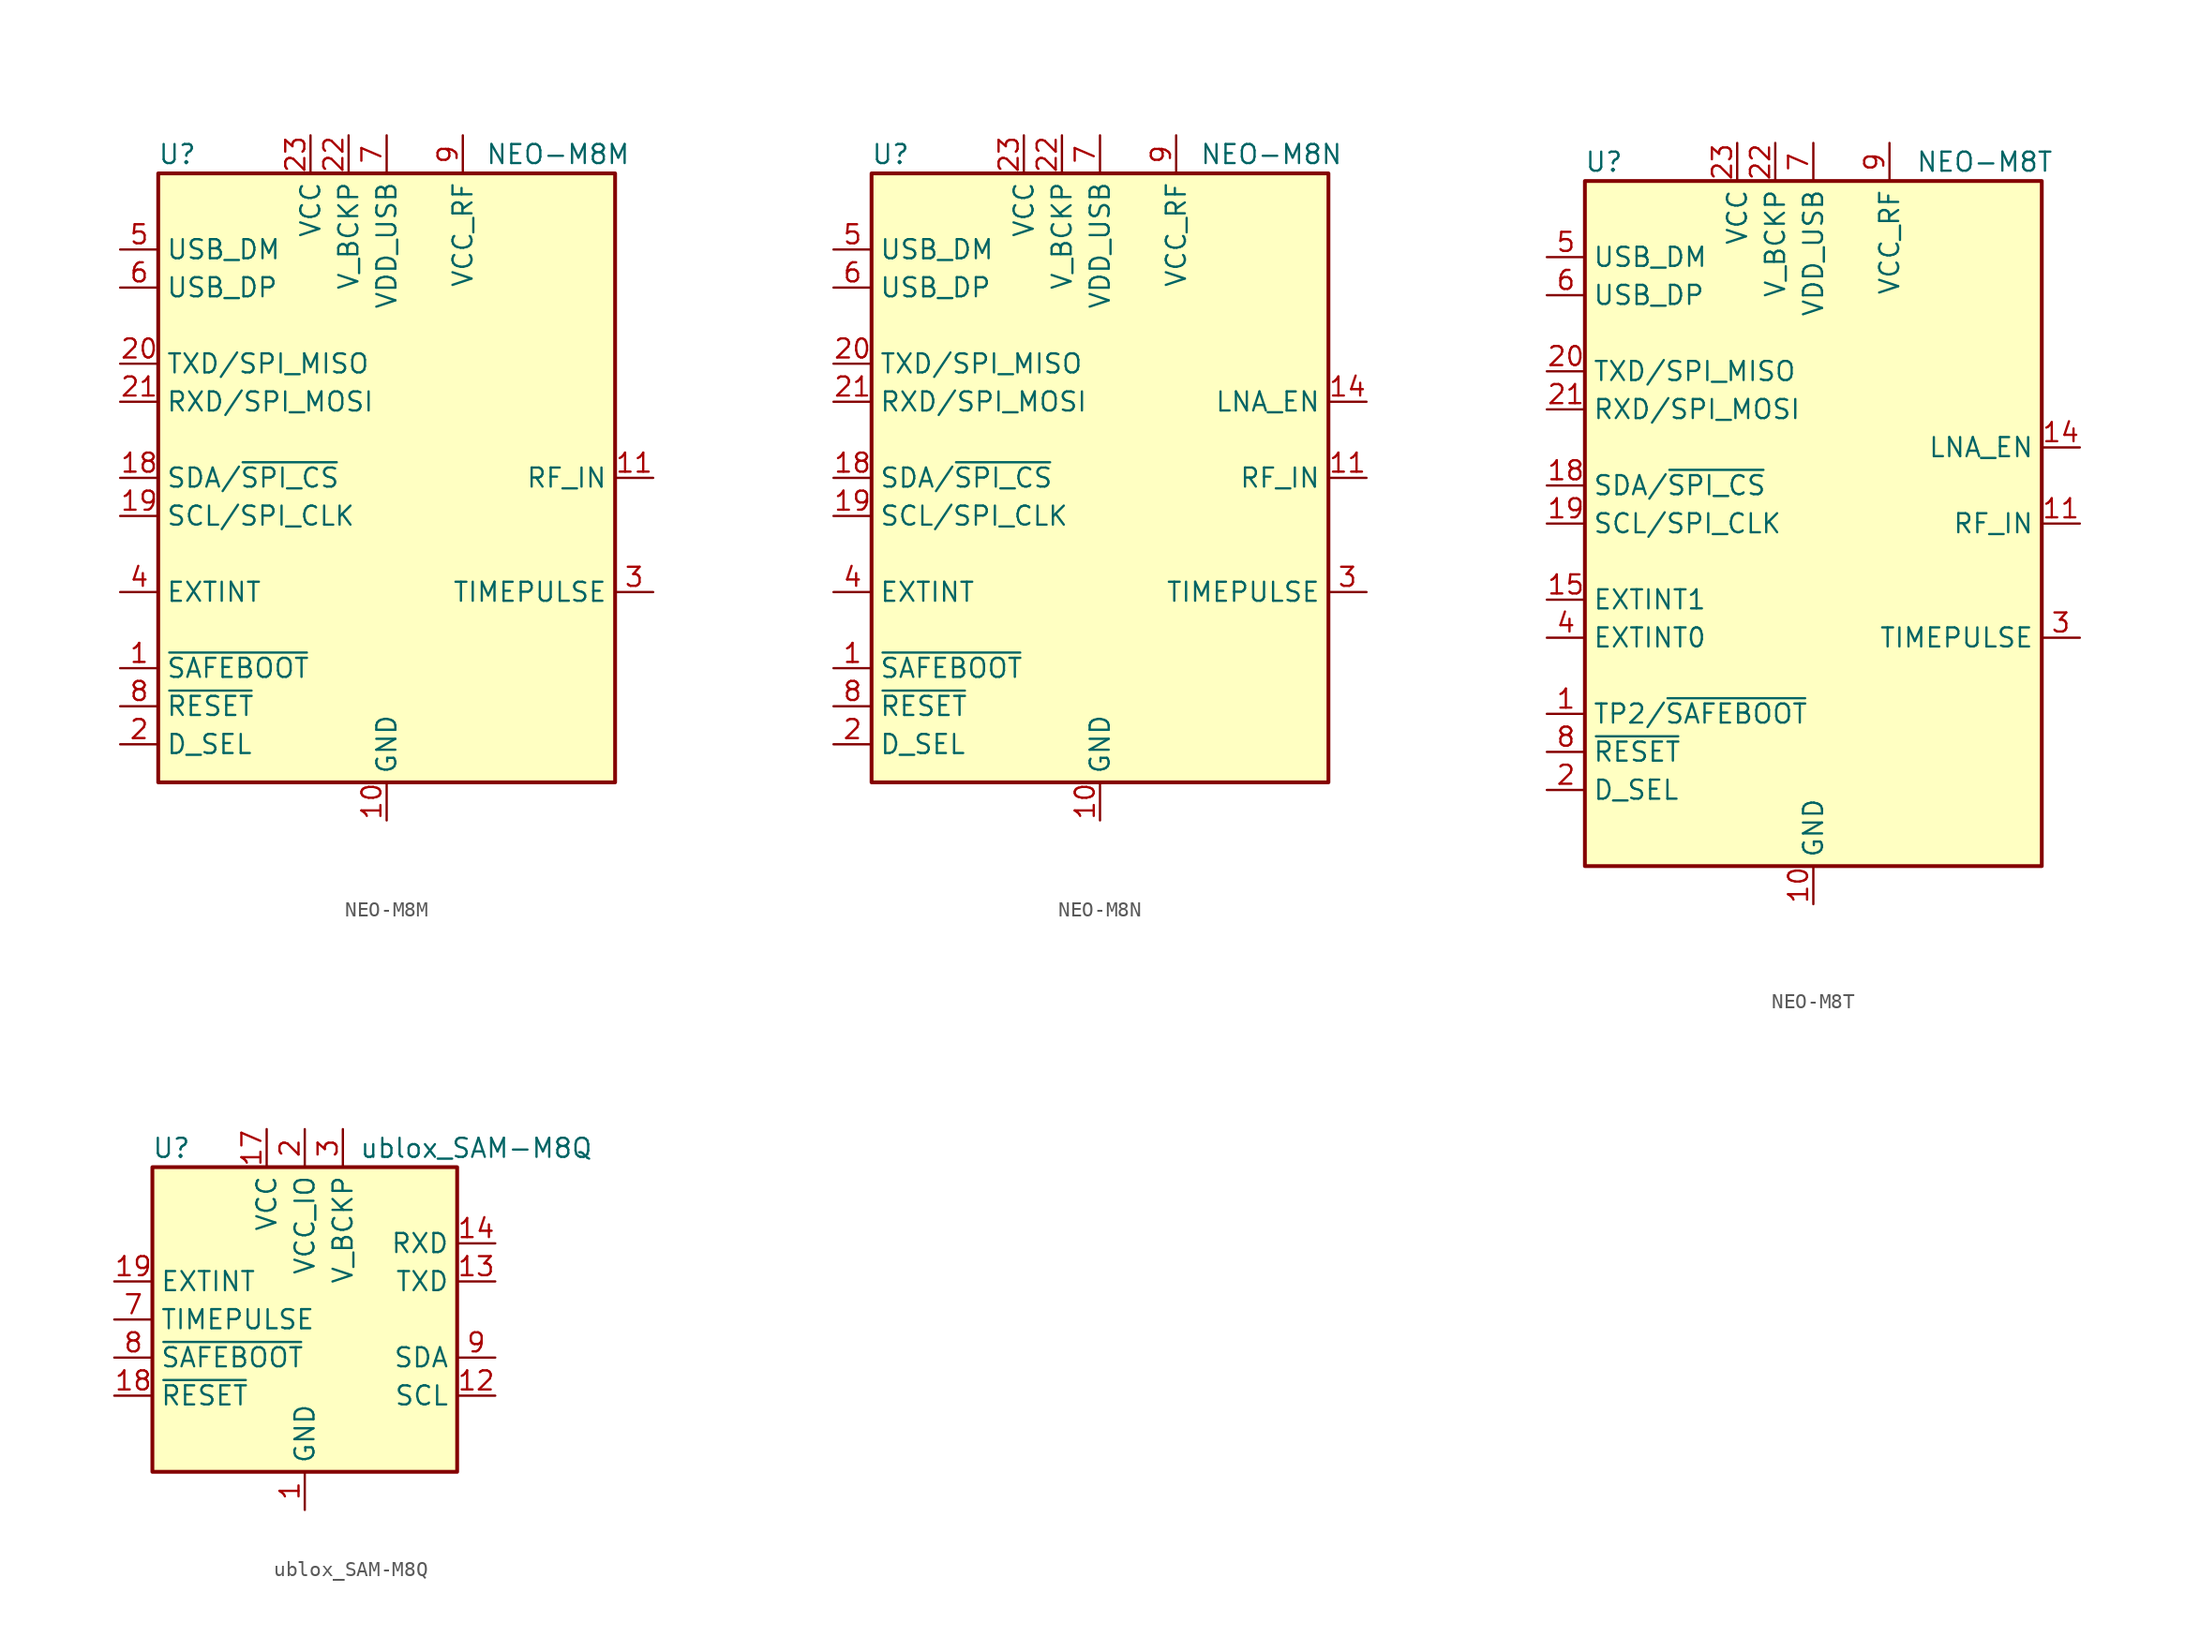
<source format=kicad_sym>
(kicad_symbol_lib
  (version 20201005)
  (generator kicad_symbol_editor)
  (symbol "NEO-M8M"
    (property "Reference" "U"
      (at -13.97 21.59 0)
      (effects (font (size 1.27 1.27))))
    (property "Value" "NEO-M8M"
      (at 11.43 21.59 0)
      (effects (font (size 1.27 1.27))))
    (symbol "NEO-M8M_0_1"
      (rectangle (start -15.24 20.32) (end 15.24 -20.32) (stroke (width 0.254)) (fill (type background))))
    (symbol "NEO-M8M_1_1"
      (pin input line (at -17.78 -12.7 0) (length 2.54) (name "~SAFEBOOT" (effects (font (size 1.27 1.27)))) (number "1" (effects (font (size 1.27 1.27)))))
      (pin power_in line (at 0 -22.86 90) (length 2.54) (name "GND" (effects (font (size 1.27 1.27)))) (number "10" (effects (font (size 1.27 1.27)))))
      (pin input line (at 17.78 0 180) (length 2.54) (name "RF_IN" (effects (font (size 1.27 1.27)))) (number "11" (effects (font (size 1.27 1.27)))))
      (pin passive line (at 0 -22.86 90) (length 2.54) hide (name "GND" (effects (font (size 1.27 1.27)))) (number "12" (effects (font (size 1.27 1.27)))))
      (pin passive line (at 0 -22.86 90) (length 2.54) hide (name "GND" (effects (font (size 1.27 1.27)))) (number "13" (effects (font (size 1.27 1.27)))))
      (pin no_connect line (at 15.24 -10.16 180) (length 2.54) hide (name "RESERVED" (effects (font (size 1.27 1.27)))) (number "14" (effects (font (size 1.27 1.27)))))
      (pin no_connect line (at 15.24 -12.7 180) (length 2.54) hide (name "RESERVED" (effects (font (size 1.27 1.27)))) (number "15" (effects (font (size 1.27 1.27)))))
      (pin no_connect line (at 15.24 -15.24 180) (length 2.54) hide (name "RESERVED" (effects (font (size 1.27 1.27)))) (number "16" (effects (font (size 1.27 1.27)))))
      (pin no_connect line (at 15.24 -17.78 180) (length 2.54) hide (name "RESERVED" (effects (font (size 1.27 1.27)))) (number "17" (effects (font (size 1.27 1.27)))))
      (pin bidirectional line (at -17.78 0 0) (length 2.54) (name "SDA/~SPI_CS" (effects (font (size 1.27 1.27)))) (number "18" (effects (font (size 1.27 1.27)))))
      (pin input line (at -17.78 -2.54 0) (length 2.54) (name "SCL/SPI_CLK" (effects (font (size 1.27 1.27)))) (number "19" (effects (font (size 1.27 1.27)))))
      (pin input line (at -17.78 -17.78 0) (length 2.54) (name "D_SEL" (effects (font (size 1.27 1.27)))) (number "2" (effects (font (size 1.27 1.27)))))
      (pin output line (at -17.78 7.62 0) (length 2.54) (name "TXD/SPI_MISO" (effects (font (size 1.27 1.27)))) (number "20" (effects (font (size 1.27 1.27)))))
      (pin input line (at -17.78 5.08 0) (length 2.54) (name "RXD/SPI_MOSI" (effects (font (size 1.27 1.27)))) (number "21" (effects (font (size 1.27 1.27)))))
      (pin power_in line (at -2.54 22.86 270) (length 2.54) (name "V_BCKP" (effects (font (size 1.27 1.27)))) (number "22" (effects (font (size 1.27 1.27)))))
      (pin power_in line (at -5.08 22.86 270) (length 2.54) (name "VCC" (effects (font (size 1.27 1.27)))) (number "23" (effects (font (size 1.27 1.27)))))
      (pin passive line (at 0 -22.86 90) (length 2.54) hide (name "GND" (effects (font (size 1.27 1.27)))) (number "24" (effects (font (size 1.27 1.27)))))
      (pin output line (at 17.78 -7.62 180) (length 2.54) (name "TIMEPULSE" (effects (font (size 1.27 1.27)))) (number "3" (effects (font (size 1.27 1.27)))))
      (pin input line (at -17.78 -7.62 0) (length 2.54) (name "EXTINT" (effects (font (size 1.27 1.27)))) (number "4" (effects (font (size 1.27 1.27)))))
      (pin bidirectional line (at -17.78 15.24 0) (length 2.54) (name "USB_DM" (effects (font (size 1.27 1.27)))) (number "5" (effects (font (size 1.27 1.27)))))
      (pin bidirectional line (at -17.78 12.7 0) (length 2.54) (name "USB_DP" (effects (font (size 1.27 1.27)))) (number "6" (effects (font (size 1.27 1.27)))))
      (pin power_in line (at 0 22.86 270) (length 2.54) (name "VDD_USB" (effects (font (size 1.27 1.27)))) (number "7" (effects (font (size 1.27 1.27)))))
      (pin input line (at -17.78 -15.24 0) (length 2.54) (name "~RESET" (effects (font (size 1.27 1.27)))) (number "8" (effects (font (size 1.27 1.27)))))
      (pin power_out line (at 5.08 22.86 270) (length 2.54) (name "VCC_RF" (effects (font (size 1.27 1.27)))) (number "9" (effects (font (size 1.27 1.27)))))))
  (symbol "NEO-M8N"
    (property "Reference" "U"
      (at -13.97 21.59 0)
      (effects (font (size 1.27 1.27))))
    (property "Value" "NEO-M8N"
      (at 11.43 21.59 0)
      (effects (font (size 1.27 1.27))))
    (symbol "NEO-M8N_0_1"
      (rectangle (start -15.24 20.32) (end 15.24 -20.32) (stroke (width 0.254)) (fill (type background))))
    (symbol "NEO-M8N_1_1"
      (pin input line (at -17.78 -12.7 0) (length 2.54) (name "~SAFEBOOT" (effects (font (size 1.27 1.27)))) (number "1" (effects (font (size 1.27 1.27)))))
      (pin power_in line (at 0 -22.86 90) (length 2.54) (name "GND" (effects (font (size 1.27 1.27)))) (number "10" (effects (font (size 1.27 1.27)))))
      (pin input line (at 17.78 0 180) (length 2.54) (name "RF_IN" (effects (font (size 1.27 1.27)))) (number "11" (effects (font (size 1.27 1.27)))))
      (pin passive line (at 0 -22.86 90) (length 2.54) hide (name "GND" (effects (font (size 1.27 1.27)))) (number "12" (effects (font (size 1.27 1.27)))))
      (pin passive line (at 0 -22.86 90) (length 2.54) hide (name "GND" (effects (font (size 1.27 1.27)))) (number "13" (effects (font (size 1.27 1.27)))))
      (pin output line (at 17.78 5.08 180) (length 2.54) (name "LNA_EN" (effects (font (size 1.27 1.27)))) (number "14" (effects (font (size 1.27 1.27)))))
      (pin no_connect line (at 15.24 -10.16 180) (length 2.54) hide (name "RESERVED" (effects (font (size 1.27 1.27)))) (number "15" (effects (font (size 1.27 1.27)))))
      (pin no_connect line (at 15.24 -12.7 180) (length 2.54) hide (name "RESERVED" (effects (font (size 1.27 1.27)))) (number "16" (effects (font (size 1.27 1.27)))))
      (pin no_connect line (at 15.24 -15.24 180) (length 2.54) hide (name "RESERVED" (effects (font (size 1.27 1.27)))) (number "17" (effects (font (size 1.27 1.27)))))
      (pin bidirectional line (at -17.78 0 0) (length 2.54) (name "SDA/~SPI_CS" (effects (font (size 1.27 1.27)))) (number "18" (effects (font (size 1.27 1.27)))))
      (pin input line (at -17.78 -2.54 0) (length 2.54) (name "SCL/SPI_CLK" (effects (font (size 1.27 1.27)))) (number "19" (effects (font (size 1.27 1.27)))))
      (pin input line (at -17.78 -17.78 0) (length 2.54) (name "D_SEL" (effects (font (size 1.27 1.27)))) (number "2" (effects (font (size 1.27 1.27)))))
      (pin output line (at -17.78 7.62 0) (length 2.54) (name "TXD/SPI_MISO" (effects (font (size 1.27 1.27)))) (number "20" (effects (font (size 1.27 1.27)))))
      (pin input line (at -17.78 5.08 0) (length 2.54) (name "RXD/SPI_MOSI" (effects (font (size 1.27 1.27)))) (number "21" (effects (font (size 1.27 1.27)))))
      (pin power_in line (at -2.54 22.86 270) (length 2.54) (name "V_BCKP" (effects (font (size 1.27 1.27)))) (number "22" (effects (font (size 1.27 1.27)))))
      (pin power_in line (at -5.08 22.86 270) (length 2.54) (name "VCC" (effects (font (size 1.27 1.27)))) (number "23" (effects (font (size 1.27 1.27)))))
      (pin passive line (at 0 -22.86 90) (length 2.54) hide (name "GND" (effects (font (size 1.27 1.27)))) (number "24" (effects (font (size 1.27 1.27)))))
      (pin output line (at 17.78 -7.62 180) (length 2.54) (name "TIMEPULSE" (effects (font (size 1.27 1.27)))) (number "3" (effects (font (size 1.27 1.27)))))
      (pin input line (at -17.78 -7.62 0) (length 2.54) (name "EXTINT" (effects (font (size 1.27 1.27)))) (number "4" (effects (font (size 1.27 1.27)))))
      (pin bidirectional line (at -17.78 15.24 0) (length 2.54) (name "USB_DM" (effects (font (size 1.27 1.27)))) (number "5" (effects (font (size 1.27 1.27)))))
      (pin bidirectional line (at -17.78 12.7 0) (length 2.54) (name "USB_DP" (effects (font (size 1.27 1.27)))) (number "6" (effects (font (size 1.27 1.27)))))
      (pin power_in line (at 0 22.86 270) (length 2.54) (name "VDD_USB" (effects (font (size 1.27 1.27)))) (number "7" (effects (font (size 1.27 1.27)))))
      (pin input line (at -17.78 -15.24 0) (length 2.54) (name "~RESET" (effects (font (size 1.27 1.27)))) (number "8" (effects (font (size 1.27 1.27)))))
      (pin power_out line (at 5.08 22.86 270) (length 2.54) (name "VCC_RF" (effects (font (size 1.27 1.27)))) (number "9" (effects (font (size 1.27 1.27)))))))
  (symbol "NEO-M8T"
    (property "Reference" "U"
      (at -13.97 24.13 0)
      (effects (font (size 1.27 1.27))))
    (property "Value" "NEO-M8T"
      (at 11.43 24.13 0)
      (effects (font (size 1.27 1.27))))
    (symbol "NEO-M8T_0_1"
      (rectangle (start -15.24 22.86) (end 15.24 -22.86) (stroke (width 0.254)) (fill (type background))))
    (symbol "NEO-M8T_1_1"
      (pin bidirectional line (at -17.78 -12.7 0) (length 2.54) (name "TP2/~SAFEBOOT" (effects (font (size 1.27 1.27)))) (number "1" (effects (font (size 1.27 1.27)))))
      (pin power_in line (at 0 -25.4 90) (length 2.54) (name "GND" (effects (font (size 1.27 1.27)))) (number "10" (effects (font (size 1.27 1.27)))))
      (pin input line (at 17.78 0 180) (length 2.54) (name "RF_IN" (effects (font (size 1.27 1.27)))) (number "11" (effects (font (size 1.27 1.27)))))
      (pin passive line (at 0 -25.4 90) (length 2.54) hide (name "GND" (effects (font (size 1.27 1.27)))) (number "12" (effects (font (size 1.27 1.27)))))
      (pin passive line (at 0 -25.4 90) (length 2.54) hide (name "GND" (effects (font (size 1.27 1.27)))) (number "13" (effects (font (size 1.27 1.27)))))
      (pin output line (at 17.78 5.08 180) (length 2.54) (name "LNA_EN" (effects (font (size 1.27 1.27)))) (number "14" (effects (font (size 1.27 1.27)))))
      (pin input line (at -17.78 -5.08 0) (length 2.54) (name "EXTINT1" (effects (font (size 1.27 1.27)))) (number "15" (effects (font (size 1.27 1.27)))))
      (pin no_connect line (at 15.24 -10.16 180) (length 2.54) hide (name "RESERVED" (effects (font (size 1.27 1.27)))) (number "16" (effects (font (size 1.27 1.27)))))
      (pin no_connect line (at 15.24 -12.7 180) (length 2.54) hide (name "RESERVED" (effects (font (size 1.27 1.27)))) (number "17" (effects (font (size 1.27 1.27)))))
      (pin bidirectional line (at -17.78 2.54 0) (length 2.54) (name "SDA/~SPI_CS" (effects (font (size 1.27 1.27)))) (number "18" (effects (font (size 1.27 1.27)))))
      (pin input line (at -17.78 0 0) (length 2.54) (name "SCL/SPI_CLK" (effects (font (size 1.27 1.27)))) (number "19" (effects (font (size 1.27 1.27)))))
      (pin input line (at -17.78 -17.78 0) (length 2.54) (name "D_SEL" (effects (font (size 1.27 1.27)))) (number "2" (effects (font (size 1.27 1.27)))))
      (pin output line (at -17.78 10.16 0) (length 2.54) (name "TXD/SPI_MISO" (effects (font (size 1.27 1.27)))) (number "20" (effects (font (size 1.27 1.27)))))
      (pin input line (at -17.78 7.62 0) (length 2.54) (name "RXD/SPI_MOSI" (effects (font (size 1.27 1.27)))) (number "21" (effects (font (size 1.27 1.27)))))
      (pin power_in line (at -2.54 25.4 270) (length 2.54) (name "V_BCKP" (effects (font (size 1.27 1.27)))) (number "22" (effects (font (size 1.27 1.27)))))
      (pin power_in line (at -5.08 25.4 270) (length 2.54) (name "VCC" (effects (font (size 1.27 1.27)))) (number "23" (effects (font (size 1.27 1.27)))))
      (pin passive line (at 0 -25.4 90) (length 2.54) hide (name "GND" (effects (font (size 1.27 1.27)))) (number "24" (effects (font (size 1.27 1.27)))))
      (pin output line (at 17.78 -7.62 180) (length 2.54) (name "TIMEPULSE" (effects (font (size 1.27 1.27)))) (number "3" (effects (font (size 1.27 1.27)))))
      (pin input line (at -17.78 -7.62 0) (length 2.54) (name "EXTINT0" (effects (font (size 1.27 1.27)))) (number "4" (effects (font (size 1.27 1.27)))))
      (pin bidirectional line (at -17.78 17.78 0) (length 2.54) (name "USB_DM" (effects (font (size 1.27 1.27)))) (number "5" (effects (font (size 1.27 1.27)))))
      (pin bidirectional line (at -17.78 15.24 0) (length 2.54) (name "USB_DP" (effects (font (size 1.27 1.27)))) (number "6" (effects (font (size 1.27 1.27)))))
      (pin power_in line (at 0 25.4 270) (length 2.54) (name "VDD_USB" (effects (font (size 1.27 1.27)))) (number "7" (effects (font (size 1.27 1.27)))))
      (pin input line (at -17.78 -15.24 0) (length 2.54) (name "~RESET" (effects (font (size 1.27 1.27)))) (number "8" (effects (font (size 1.27 1.27)))))
      (pin power_out line (at 5.08 25.4 270) (length 2.54) (name "VCC_RF" (effects (font (size 1.27 1.27)))) (number "9" (effects (font (size 1.27 1.27)))))))
  (symbol "ublox_SAM-M8Q"
    (property "Reference" "U"
      (at -8.89 11.43 0)
      (effects (font (size 1.27 1.27))))
    (property "Value" "ublox_SAM-M8Q"
      (at 11.43 11.43 0)
      (effects (font (size 1.27 1.27))))
    (symbol "ublox_SAM-M8Q_0_1"
      (rectangle (start -10.16 10.16) (end 10.16 -10.16) (stroke (width 0.254)) (fill (type background))))
    (symbol "ublox_SAM-M8Q_1_1"
      (pin power_in line (at 0 -12.7 90) (length 2.54) (name "GND" (effects (font (size 1.27 1.27)))) (number "1" (effects (font (size 1.27 1.27)))))
      (pin passive line (at 0 -12.7 90) (length 2.54) hide (name "GND" (effects (font (size 1.27 1.27)))) (number "10" (effects (font (size 1.27 1.27)))))
      (pin passive line (at 0 -12.7 90) (length 2.54) hide (name "GND" (effects (font (size 1.27 1.27)))) (number "11" (effects (font (size 1.27 1.27)))))
      (pin input line (at 12.7 -5.08 180) (length 2.54) (name "SCL" (effects (font (size 1.27 1.27)))) (number "12" (effects (font (size 1.27 1.27)))))
      (pin output line (at 12.7 2.54 180) (length 2.54) (name "TXD" (effects (font (size 1.27 1.27)))) (number "13" (effects (font (size 1.27 1.27)))))
      (pin input line (at 12.7 5.08 180) (length 2.54) (name "RXD" (effects (font (size 1.27 1.27)))) (number "14" (effects (font (size 1.27 1.27)))))
      (pin passive line (at 0 -12.7 90) (length 2.54) hide (name "GND" (effects (font (size 1.27 1.27)))) (number "15" (effects (font (size 1.27 1.27)))))
      (pin passive line (at 0 -12.7 90) (length 2.54) hide (name "GND" (effects (font (size 1.27 1.27)))) (number "16" (effects (font (size 1.27 1.27)))))
      (pin power_in line (at -2.54 12.7 270) (length 2.54) (name "VCC" (effects (font (size 1.27 1.27)))) (number "17" (effects (font (size 1.27 1.27)))))
      (pin input line (at -12.7 -5.08 0) (length 2.54) (name "~RESET" (effects (font (size 1.27 1.27)))) (number "18" (effects (font (size 1.27 1.27)))))
      (pin input line (at -12.7 2.54 0) (length 2.54) (name "EXTINT" (effects (font (size 1.27 1.27)))) (number "19" (effects (font (size 1.27 1.27)))))
      (pin power_in line (at 0 12.7 270) (length 2.54) (name "VCC_IO" (effects (font (size 1.27 1.27)))) (number "2" (effects (font (size 1.27 1.27)))))
      (pin passive line (at 0 -12.7 90) (length 2.54) hide (name "GND" (effects (font (size 1.27 1.27)))) (number "20" (effects (font (size 1.27 1.27)))))
      (pin power_in line (at 2.54 12.7 270) (length 2.54) (name "V_BCKP" (effects (font (size 1.27 1.27)))) (number "3" (effects (font (size 1.27 1.27)))))
      (pin passive line (at 0 -12.7 90) (length 2.54) hide (name "GND" (effects (font (size 1.27 1.27)))) (number "4" (effects (font (size 1.27 1.27)))))
      (pin passive line (at 0 -12.7 90) (length 2.54) hide (name "GND" (effects (font (size 1.27 1.27)))) (number "5" (effects (font (size 1.27 1.27)))))
      (pin passive line (at 0 -12.7 90) (length 2.54) hide (name "GND" (effects (font (size 1.27 1.27)))) (number "6" (effects (font (size 1.27 1.27)))))
      (pin output line (at -12.7 0 0) (length 2.54) (name "TIMEPULSE" (effects (font (size 1.27 1.27)))) (number "7" (effects (font (size 1.27 1.27)))))
      (pin input line (at -12.7 -2.54 0) (length 2.54) (name "~SAFEBOOT" (effects (font (size 1.27 1.27)))) (number "8" (effects (font (size 1.27 1.27)))))
      (pin bidirectional line (at 12.7 -2.54 180) (length 2.54) (name "SDA" (effects (font (size 1.27 1.27)))) (number "9" (effects (font (size 1.27 1.27))))))))
</source>
